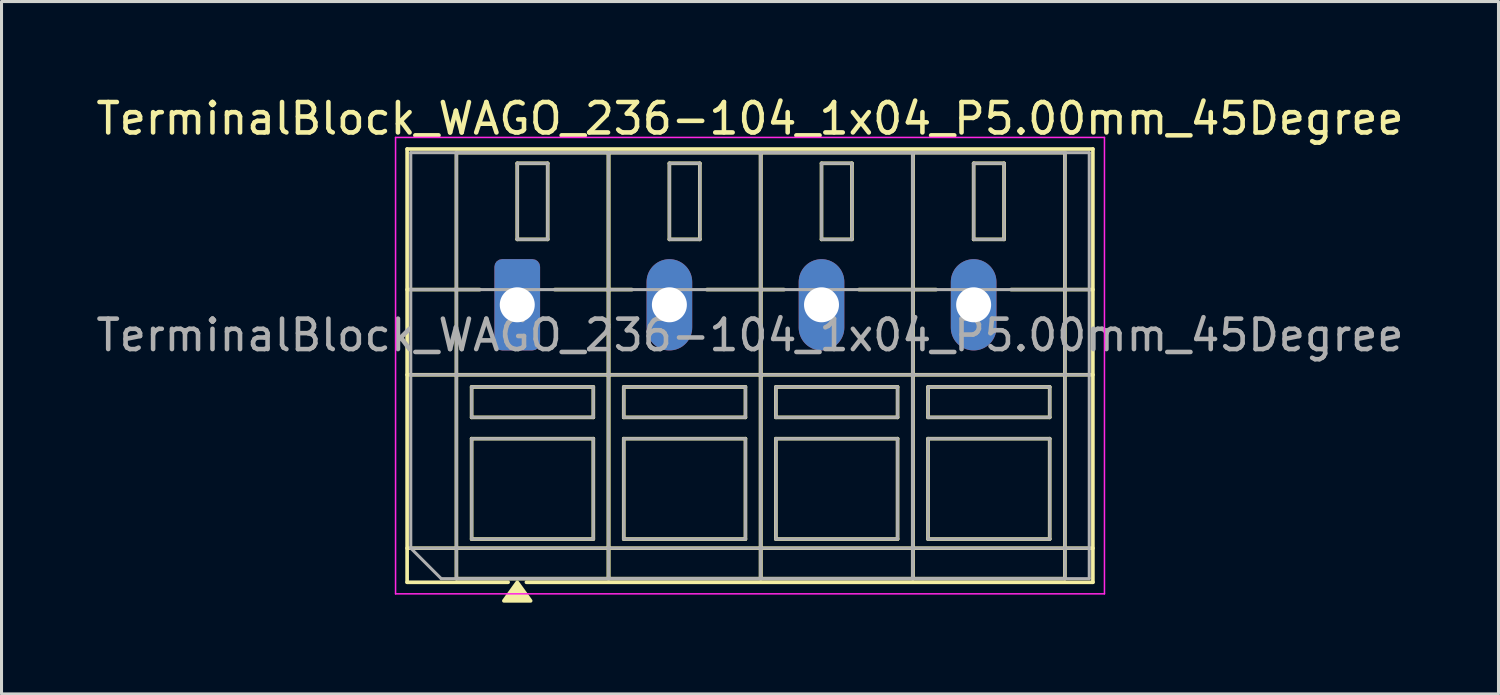
<source format=kicad_pcb>
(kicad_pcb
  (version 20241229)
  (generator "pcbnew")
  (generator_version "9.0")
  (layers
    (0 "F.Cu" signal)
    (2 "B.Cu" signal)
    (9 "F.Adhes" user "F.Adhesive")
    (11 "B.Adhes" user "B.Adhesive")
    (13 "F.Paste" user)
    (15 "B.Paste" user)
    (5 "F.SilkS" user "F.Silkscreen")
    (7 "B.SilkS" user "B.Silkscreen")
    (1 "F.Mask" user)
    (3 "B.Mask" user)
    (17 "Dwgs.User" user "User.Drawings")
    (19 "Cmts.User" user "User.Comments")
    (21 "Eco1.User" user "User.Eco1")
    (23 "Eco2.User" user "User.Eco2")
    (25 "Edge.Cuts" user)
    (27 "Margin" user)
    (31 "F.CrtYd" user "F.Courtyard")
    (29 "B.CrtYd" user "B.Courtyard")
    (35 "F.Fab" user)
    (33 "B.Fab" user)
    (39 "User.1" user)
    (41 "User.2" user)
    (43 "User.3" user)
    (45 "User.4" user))
  (footprint "TerminalBlock_WAGO_236-104_1x04_P5.00mm_45Degree"
    (layer "F.Cu")
    (at 13.951 6.968)
    (property "Reference" "TerminalBlock_WAGO_236-104_1x04_P5.00mm_45Degree" (at 7.65 -6.12 0) (layer "F.SilkS") (effects (font (size 1 1) (thickness 0.15))))
    (attr through_hole)
    (fp_line (start -3.62 -5.12) (end -3.62 9.12) (stroke (width 0.12) (type solid)) (layer "F.SilkS"))
    (fp_line (start -3.62 -5.12) (end 18.92 -5.12) (stroke (width 0.12) (type solid)) (layer "F.SilkS"))
    (fp_line (start -3.62 -0.5) (end -1.23 -0.5) (stroke (width 0.12) (type solid)) (layer "F.SilkS"))
    (fp_line (start -3.62 2.3) (end 18.92 2.3) (stroke (width 0.12) (type solid)) (layer "F.SilkS"))
    (fp_line (start -3.62 8) (end 18.92 8) (stroke (width 0.12) (type solid)) (layer "F.SilkS"))
    (fp_line (start -3.62 9.12) (end -0.3 9.12) (stroke (width 0.12) (type solid)) (layer "F.SilkS"))
    (fp_line (start -2 -5) (end -2 9) (stroke (width 0.12) (type solid)) (layer "F.SilkS"))
    (fp_line (start -2 -5) (end 3 -5) (stroke (width 0.12) (type solid)) (layer "F.SilkS"))
    (fp_line (start -2 9) (end 3 9) (stroke (width 0.12) (type solid)) (layer "F.SilkS"))
    (fp_line (start -1.5 2.7) (end -1.5 3.7) (stroke (width 0.12) (type solid)) (layer "F.SilkS"))
    (fp_line (start -1.5 2.7) (end 2.5 2.7) (stroke (width 0.12) (type solid)) (layer "F.SilkS"))
    (fp_line (start -1.5 3.7) (end 2.5 3.7) (stroke (width 0.12) (type solid)) (layer "F.SilkS"))
    (fp_line (start -1.5 4.4) (end -1.5 7.7) (stroke (width 0.12) (type solid)) (layer "F.SilkS"))
    (fp_line (start -1.5 4.4) (end 2.5 4.4) (stroke (width 0.12) (type solid)) (layer "F.SilkS"))
    (fp_line (start -1.5 7.7) (end 2.5 7.7) (stroke (width 0.12) (type solid)) (layer "F.SilkS"))
    (fp_line (start 0 -4.65) (end 0 -2.15) (stroke (width 0.12) (type solid)) (layer "F.SilkS"))
    (fp_line (start 0 -4.65) (end 1 -4.65) (stroke (width 0.12) (type solid)) (layer "F.SilkS"))
    (fp_line (start 0 -2.15) (end 1 -2.15) (stroke (width 0.12) (type solid)) (layer "F.SilkS"))
    (fp_line (start 0.3 9.12) (end 18.92 9.12) (stroke (width 0.12) (type solid)) (layer "F.SilkS"))
    (fp_line (start 1 -4.65) (end 1 -2.15) (stroke (width 0.12) (type solid)) (layer "F.SilkS"))
    (fp_line (start 1.23 -0.5) (end 3.77 -0.5) (stroke (width 0.12) (type solid)) (layer "F.SilkS"))
    (fp_line (start 2.5 2.7) (end 2.5 3.7) (stroke (width 0.12) (type solid)) (layer "F.SilkS"))
    (fp_line (start 2.5 4.4) (end 2.5 7.7) (stroke (width 0.12) (type solid)) (layer "F.SilkS"))
    (fp_line (start 3 -5) (end 3 9) (stroke (width 0.12) (type solid)) (layer "F.SilkS"))
    (fp_line (start 3 -5) (end 3 9) (stroke (width 0.12) (type solid)) (layer "F.SilkS"))
    (fp_line (start 3 -5) (end 8 -5) (stroke (width 0.12) (type solid)) (layer "F.SilkS"))
    (fp_line (start 3 9) (end 8 9) (stroke (width 0.12) (type solid)) (layer "F.SilkS"))
    (fp_line (start 3.5 2.7) (end 3.5 3.7) (stroke (width 0.12) (type solid)) (layer "F.SilkS"))
    (fp_line (start 3.5 2.7) (end 7.5 2.7) (stroke (width 0.12) (type solid)) (layer "F.SilkS"))
    (fp_line (start 3.5 3.7) (end 7.5 3.7) (stroke (width 0.12) (type solid)) (layer "F.SilkS"))
    (fp_line (start 3.5 4.4) (end 3.5 7.7) (stroke (width 0.12) (type solid)) (layer "F.SilkS"))
    (fp_line (start 3.5 4.4) (end 7.5 4.4) (stroke (width 0.12) (type solid)) (layer "F.SilkS"))
    (fp_line (start 3.5 7.7) (end 7.5 7.7) (stroke (width 0.12) (type solid)) (layer "F.SilkS"))
    (fp_line (start 5 -4.65) (end 5 -2.15) (stroke (width 0.12) (type solid)) (layer "F.SilkS"))
    (fp_line (start 5 -4.65) (end 6 -4.65) (stroke (width 0.12) (type solid)) (layer "F.SilkS"))
    (fp_line (start 5 -2.15) (end 6 -2.15) (stroke (width 0.12) (type solid)) (layer "F.SilkS"))
    (fp_line (start 6 -4.65) (end 6 -2.15) (stroke (width 0.12) (type solid)) (layer "F.SilkS"))
    (fp_line (start 6.23 -0.5) (end 8.77 -0.5) (stroke (width 0.12) (type solid)) (layer "F.SilkS"))
    (fp_line (start 7.5 2.7) (end 7.5 3.7) (stroke (width 0.12) (type solid)) (layer "F.SilkS"))
    (fp_line (start 7.5 4.4) (end 7.5 7.7) (stroke (width 0.12) (type solid)) (layer "F.SilkS"))
    (fp_line (start 8 -5) (end 8 9) (stroke (width 0.12) (type solid)) (layer "F.SilkS"))
    (fp_line (start 8 -5) (end 8 9) (stroke (width 0.12) (type solid)) (layer "F.SilkS"))
    (fp_line (start 8 -5) (end 13 -5) (stroke (width 0.12) (type solid)) (layer "F.SilkS"))
    (fp_line (start 8 9) (end 13 9) (stroke (width 0.12) (type solid)) (layer "F.SilkS"))
    (fp_line (start 8.5 2.7) (end 8.5 3.7) (stroke (width 0.12) (type solid)) (layer "F.SilkS"))
    (fp_line (start 8.5 2.7) (end 12.5 2.7) (stroke (width 0.12) (type solid)) (layer "F.SilkS"))
    (fp_line (start 8.5 3.7) (end 12.5 3.7) (stroke (width 0.12) (type solid)) (layer "F.SilkS"))
    (fp_line (start 8.5 4.4) (end 8.5 7.7) (stroke (width 0.12) (type solid)) (layer "F.SilkS"))
    (fp_line (start 8.5 4.4) (end 12.5 4.4) (stroke (width 0.12) (type solid)) (layer "F.SilkS"))
    (fp_line (start 8.5 7.7) (end 12.5 7.7) (stroke (width 0.12) (type solid)) (layer "F.SilkS"))
    (fp_line (start 10 -4.65) (end 10 -2.15) (stroke (width 0.12) (type solid)) (layer "F.SilkS"))
    (fp_line (start 10 -4.65) (end 11 -4.65) (stroke (width 0.12) (type solid)) (layer "F.SilkS"))
    (fp_line (start 10 -2.15) (end 11 -2.15) (stroke (width 0.12) (type solid)) (layer "F.SilkS"))
    (fp_line (start 11 -4.65) (end 11 -2.15) (stroke (width 0.12) (type solid)) (layer "F.SilkS"))
    (fp_line (start 11.23 -0.5) (end 13.77 -0.5) (stroke (width 0.12) (type solid)) (layer "F.SilkS"))
    (fp_line (start 12.5 2.7) (end 12.5 3.7) (stroke (width 0.12) (type solid)) (layer "F.SilkS"))
    (fp_line (start 12.5 4.4) (end 12.5 7.7) (stroke (width 0.12) (type solid)) (layer "F.SilkS"))
    (fp_line (start 13 -5) (end 13 9) (stroke (width 0.12) (type solid)) (layer "F.SilkS"))
    (fp_line (start 13 -5) (end 13 9) (stroke (width 0.12) (type solid)) (layer "F.SilkS"))
    (fp_line (start 13 -5) (end 18 -5) (stroke (width 0.12) (type solid)) (layer "F.SilkS"))
    (fp_line (start 13 9) (end 18 9) (stroke (width 0.12) (type solid)) (layer "F.SilkS"))
    (fp_line (start 13.5 2.7) (end 13.5 3.7) (stroke (width 0.12) (type solid)) (layer "F.SilkS"))
    (fp_line (start 13.5 2.7) (end 17.5 2.7) (stroke (width 0.12) (type solid)) (layer "F.SilkS"))
    (fp_line (start 13.5 3.7) (end 17.5 3.7) (stroke (width 0.12) (type solid)) (layer "F.SilkS"))
    (fp_line (start 13.5 4.4) (end 13.5 7.7) (stroke (width 0.12) (type solid)) (layer "F.SilkS"))
    (fp_line (start 13.5 4.4) (end 17.5 4.4) (stroke (width 0.12) (type solid)) (layer "F.SilkS"))
    (fp_line (start 13.5 7.7) (end 17.5 7.7) (stroke (width 0.12) (type solid)) (layer "F.SilkS"))
    (fp_line (start 15 -4.65) (end 15 -2.15) (stroke (width 0.12) (type solid)) (layer "F.SilkS"))
    (fp_line (start 15 -4.65) (end 16 -4.65) (stroke (width 0.12) (type solid)) (layer "F.SilkS"))
    (fp_line (start 15 -2.15) (end 16 -2.15) (stroke (width 0.12) (type solid)) (layer "F.SilkS"))
    (fp_line (start 16 -4.65) (end 16 -2.15) (stroke (width 0.12) (type solid)) (layer "F.SilkS"))
    (fp_line (start 16.23 -0.5) (end 18.92 -0.5) (stroke (width 0.12) (type solid)) (layer "F.SilkS"))
    (fp_line (start 17.5 2.7) (end 17.5 3.7) (stroke (width 0.12) (type solid)) (layer "F.SilkS"))
    (fp_line (start 17.5 4.4) (end 17.5 7.7) (stroke (width 0.12) (type solid)) (layer "F.SilkS"))
    (fp_line (start 18 -5) (end 18 9) (stroke (width 0.12) (type solid)) (layer "F.SilkS"))
    (fp_line (start 18.92 -5.12) (end 18.92 9.12) (stroke (width 0.12) (type solid)) (layer "F.SilkS"))
    (fp_poly (pts (xy 0 9.12) (xy 0.44 9.73) (xy -0.44 9.73)) (stroke (width 0.12) (type solid)) (fill yes) (layer "F.SilkS"))
    (fp_line (start -4 -5.5) (end -4 9.5) (stroke (width 0.05) (type solid)) (layer "F.CrtYd"))
    (fp_line (start -4 9.5) (end 19.3 9.5) (stroke (width 0.05) (type solid)) (layer "F.CrtYd"))
    (fp_line (start 19.3 -5.5) (end -4 -5.5) (stroke (width 0.05) (type solid)) (layer "F.CrtYd"))
    (fp_line (start 19.3 9.5) (end 19.3 -5.5) (stroke (width 0.05) (type solid)) (layer "F.CrtYd"))
    (fp_line (start -3.5 -5) (end 18.8 -5) (stroke (width 0.1) (type solid)) (layer "F.Fab"))
    (fp_line (start -3.5 -0.5) (end 18.8 -0.5) (stroke (width 0.1) (type solid)) (layer "F.Fab"))
    (fp_line (start -3.5 2.3) (end 18.8 2.3) (stroke (width 0.1) (type solid)) (layer "F.Fab"))
    (fp_line (start -3.5 8) (end -3.5 -5) (stroke (width 0.1) (type solid)) (layer "F.Fab"))
    (fp_line (start -3.5 8) (end 18.8 8) (stroke (width 0.1) (type solid)) (layer "F.Fab"))
    (fp_line (start -2.5 9) (end -3.5 8) (stroke (width 0.1) (type solid)) (layer "F.Fab"))
    (fp_line (start -2 -5) (end -2 9) (stroke (width 0.1) (type solid)) (layer "F.Fab"))
    (fp_line (start -2 9) (end 3 9) (stroke (width 0.1) (type solid)) (layer "F.Fab"))
    (fp_line (start -1.5 2.7) (end -1.5 3.7) (stroke (width 0.1) (type solid)) (layer "F.Fab"))
    (fp_line (start -1.5 3.7) (end 2.5 3.7) (stroke (width 0.1) (type solid)) (layer "F.Fab"))
    (fp_line (start -1.5 4.4) (end -1.5 7.7) (stroke (width 0.1) (type solid)) (layer "F.Fab"))
    (fp_line (start -1.5 7.7) (end 2.5 7.7) (stroke (width 0.1) (type solid)) (layer "F.Fab"))
    (fp_line (start 0 -4.65) (end 0 -2.15) (stroke (width 0.1) (type solid)) (layer "F.Fab"))
    (fp_line (start 0 -2.15) (end 1 -2.15) (stroke (width 0.1) (type solid)) (layer "F.Fab"))
    (fp_line (start 1 -4.65) (end 0 -4.65) (stroke (width 0.1) (type solid)) (layer "F.Fab"))
    (fp_line (start 1 -2.15) (end 1 -4.65) (stroke (width 0.1) (type solid)) (layer "F.Fab"))
    (fp_line (start 2.5 2.7) (end -1.5 2.7) (stroke (width 0.1) (type solid)) (layer "F.Fab"))
    (fp_line (start 2.5 3.7) (end 2.5 2.7) (stroke (width 0.1) (type solid)) (layer "F.Fab"))
    (fp_line (start 2.5 4.4) (end -1.5 4.4) (stroke (width 0.1) (type solid)) (layer "F.Fab"))
    (fp_line (start 2.5 7.7) (end 2.5 4.4) (stroke (width 0.1) (type solid)) (layer "F.Fab"))
    (fp_line (start 3 -5) (end -2 -5) (stroke (width 0.1) (type solid)) (layer "F.Fab"))
    (fp_line (start 3 -5) (end 3 9) (stroke (width 0.1) (type solid)) (layer "F.Fab"))
    (fp_line (start 3 9) (end 3 -5) (stroke (width 0.1) (type solid)) (layer "F.Fab"))
    (fp_line (start 3 9) (end 8 9) (stroke (width 0.1) (type solid)) (layer "F.Fab"))
    (fp_line (start 3.5 2.7) (end 3.5 3.7) (stroke (width 0.1) (type solid)) (layer "F.Fab"))
    (fp_line (start 3.5 3.7) (end 7.5 3.7) (stroke (width 0.1) (type solid)) (layer "F.Fab"))
    (fp_line (start 3.5 4.4) (end 3.5 7.7) (stroke (width 0.1) (type solid)) (layer "F.Fab"))
    (fp_line (start 3.5 7.7) (end 7.5 7.7) (stroke (width 0.1) (type solid)) (layer "F.Fab"))
    (fp_line (start 5 -4.65) (end 5 -2.15) (stroke (width 0.1) (type solid)) (layer "F.Fab"))
    (fp_line (start 5 -2.15) (end 6 -2.15) (stroke (width 0.1) (type solid)) (layer "F.Fab"))
    (fp_line (start 6 -4.65) (end 5 -4.65) (stroke (width 0.1) (type solid)) (layer "F.Fab"))
    (fp_line (start 6 -2.15) (end 6 -4.65) (stroke (width 0.1) (type solid)) (layer "F.Fab"))
    (fp_line (start 7.5 2.7) (end 3.5 2.7) (stroke (width 0.1) (type solid)) (layer "F.Fab"))
    (fp_line (start 7.5 3.7) (end 7.5 2.7) (stroke (width 0.1) (type solid)) (layer "F.Fab"))
    (fp_line (start 7.5 4.4) (end 3.5 4.4) (stroke (width 0.1) (type solid)) (layer "F.Fab"))
    (fp_line (start 7.5 7.7) (end 7.5 4.4) (stroke (width 0.1) (type solid)) (layer "F.Fab"))
    (fp_line (start 8 -5) (end 3 -5) (stroke (width 0.1) (type solid)) (layer "F.Fab"))
    (fp_line (start 8 -5) (end 8 9) (stroke (width 0.1) (type solid)) (layer "F.Fab"))
    (fp_line (start 8 9) (end 8 -5) (stroke (width 0.1) (type solid)) (layer "F.Fab"))
    (fp_line (start 8 9) (end 13 9) (stroke (width 0.1) (type solid)) (layer "F.Fab"))
    (fp_line (start 8.5 2.7) (end 8.5 3.7) (stroke (width 0.1) (type solid)) (layer "F.Fab"))
    (fp_line (start 8.5 3.7) (end 12.5 3.7) (stroke (width 0.1) (type solid)) (layer "F.Fab"))
    (fp_line (start 8.5 4.4) (end 8.5 7.7) (stroke (width 0.1) (type solid)) (layer "F.Fab"))
    (fp_line (start 8.5 7.7) (end 12.5 7.7) (stroke (width 0.1) (type solid)) (layer "F.Fab"))
    (fp_line (start 10 -4.65) (end 10 -2.15) (stroke (width 0.1) (type solid)) (layer "F.Fab"))
    (fp_line (start 10 -2.15) (end 11 -2.15) (stroke (width 0.1) (type solid)) (layer "F.Fab"))
    (fp_line (start 11 -4.65) (end 10 -4.65) (stroke (width 0.1) (type solid)) (layer "F.Fab"))
    (fp_line (start 11 -2.15) (end 11 -4.65) (stroke (width 0.1) (type solid)) (layer "F.Fab"))
    (fp_line (start 12.5 2.7) (end 8.5 2.7) (stroke (width 0.1) (type solid)) (layer "F.Fab"))
    (fp_line (start 12.5 3.7) (end 12.5 2.7) (stroke (width 0.1) (type solid)) (layer "F.Fab"))
    (fp_line (start 12.5 4.4) (end 8.5 4.4) (stroke (width 0.1) (type solid)) (layer "F.Fab"))
    (fp_line (start 12.5 7.7) (end 12.5 4.4) (stroke (width 0.1) (type solid)) (layer "F.Fab"))
    (fp_line (start 13 -5) (end 8 -5) (stroke (width 0.1) (type solid)) (layer "F.Fab"))
    (fp_line (start 13 -5) (end 13 9) (stroke (width 0.1) (type solid)) (layer "F.Fab"))
    (fp_line (start 13 9) (end 13 -5) (stroke (width 0.1) (type solid)) (layer "F.Fab"))
    (fp_line (start 13 9) (end 18 9) (stroke (width 0.1) (type solid)) (layer "F.Fab"))
    (fp_line (start 13.5 2.7) (end 13.5 3.7) (stroke (width 0.1) (type solid)) (layer "F.Fab"))
    (fp_line (start 13.5 3.7) (end 17.5 3.7) (stroke (width 0.1) (type solid)) (layer "F.Fab"))
    (fp_line (start 13.5 4.4) (end 13.5 7.7) (stroke (width 0.1) (type solid)) (layer "F.Fab"))
    (fp_line (start 13.5 7.7) (end 17.5 7.7) (stroke (width 0.1) (type solid)) (layer "F.Fab"))
    (fp_line (start 15 -4.65) (end 15 -2.15) (stroke (width 0.1) (type solid)) (layer "F.Fab"))
    (fp_line (start 15 -2.15) (end 16 -2.15) (stroke (width 0.1) (type solid)) (layer "F.Fab"))
    (fp_line (start 16 -4.65) (end 15 -4.65) (stroke (width 0.1) (type solid)) (layer "F.Fab"))
    (fp_line (start 16 -2.15) (end 16 -4.65) (stroke (width 0.1) (type solid)) (layer "F.Fab"))
    (fp_line (start 17.5 2.7) (end 13.5 2.7) (stroke (width 0.1) (type solid)) (layer "F.Fab"))
    (fp_line (start 17.5 3.7) (end 17.5 2.7) (stroke (width 0.1) (type solid)) (layer "F.Fab"))
    (fp_line (start 17.5 4.4) (end 13.5 4.4) (stroke (width 0.1) (type solid)) (layer "F.Fab"))
    (fp_line (start 17.5 7.7) (end 17.5 4.4) (stroke (width 0.1) (type solid)) (layer "F.Fab"))
    (fp_line (start 18 -5) (end 13 -5) (stroke (width 0.1) (type solid)) (layer "F.Fab"))
    (fp_line (start 18 9) (end 18 -5) (stroke (width 0.1) (type solid)) (layer "F.Fab"))
    (fp_line (start 18.8 -5) (end 18.8 9) (stroke (width 0.1) (type solid)) (layer "F.Fab"))
    (fp_line (start 18.8 9) (end -2.5 9) (stroke (width 0.1) (type solid)) (layer "F.Fab"))
    (fp_text user "${REFERENCE}" (at 7.65 1 0) (layer "F.Fab") (effects (font (size 1 1) (thickness 0.15))))
    (pad "1" thru_hole roundrect (at 0 0) (size 1.5 3) (drill 1.15) (layers "*.Cu" "*.Mask") (roundrect_rratio 0.167))
    (pad "2" thru_hole oval (at 5 0) (size 1.5 3) (drill 1.15) (layers "*.Cu" "*.Mask"))
    (pad "3" thru_hole oval (at 10 0) (size 1.5 3) (drill 1.15) (layers "*.Cu" "*.Mask"))
    (pad "4" thru_hole oval (at 15 0) (size 1.5 3) (drill 1.15) (layers "*.Cu" "*.Mask")))
  (gr_rect
    (start -3 -3)
    (end 46.202 19.758)
    (stroke (width 0.1) (type default))
    (fill no)
    (layer "Edge.Cuts")))
</source>
